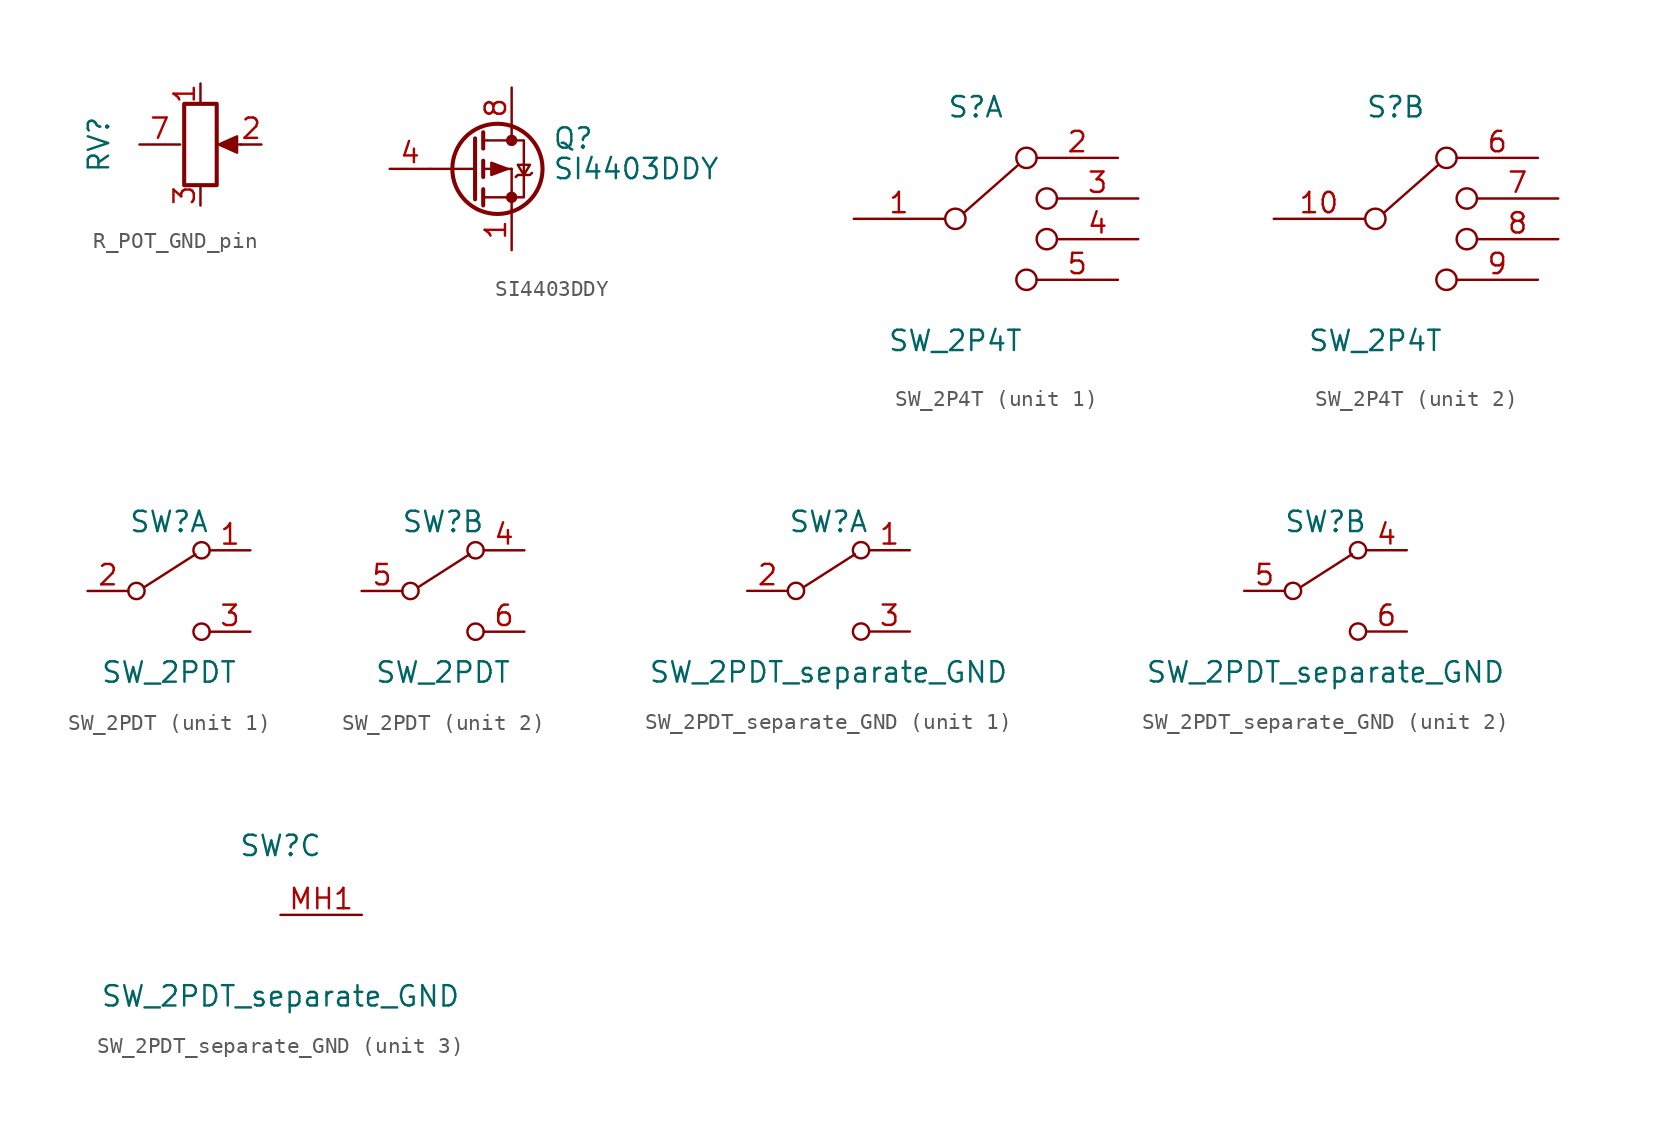
<source format=kicad_sym>
(kicad_symbol_lib
  (version 20211014)
  (generator kicad_symbol_editor)
  (symbol "R_POT_GND_pin"
    (pin_names
      (offset 1.016) hide)
    (property "Reference" "RV"
      (at -6.35 0 90)
      (effects (font (size 1.27 1.27))))
    (symbol "R_POT_GND_pin_0_1"
      (polyline (pts (xy 2.54 0) (xy 1.524 0)) (stroke (width 0) (type default) (color 0 0 0 0)) (fill (type none)))
      (polyline (pts (xy 1.143 0) (xy 2.286 0.508) (xy 2.286 -0.508) (xy 1.143 0)) (stroke (width 0) (type default) (color 0 0 0 0)) (fill (type outline)))
      (rectangle (start 1.016 2.54) (end -1.016 -2.54) (stroke (width 0.254) (type default) (color 0 0 0 0)) (fill (type none))))
    (symbol "R_POT_GND_pin_1_1"
      (pin passive line (at 0 3.81 270) (length 1.27) (name "1" (effects (font (size 1.27 1.27)))) (number "1" (effects (font (size 1.27 1.27)))))
      (pin passive line (at 3.81 0 180) (length 1.27) (name "2" (effects (font (size 1.27 1.27)))) (number "2" (effects (font (size 1.27 1.27)))))
      (pin passive line (at 0 -3.81 90) (length 1.27) (name "3" (effects (font (size 1.27 1.27)))) (number "3" (effects (font (size 1.27 1.27)))))
      (pin passive line (at -3.81 0 0) (length 2.54) (name "GND" (effects (font (size 1.27 1.27)))) (number "7" (effects (font (size 1.27 1.27)))))))
  (symbol "SI4403DDY"
    (pin_names
      (offset 0) hide)
    (property "Reference" "Q"
      (at 5.08 1.905 0)
      (effects (font (size 1.27 1.27)) (justify left)))
    (property "Value" "SI4403DDY"
      (at 5.08 0 0)
      (effects (font (size 1.27 1.27)) (justify left)))
    (symbol "SI4403DDY_0_1"
      (polyline (pts (xy -2.54 0) (xy 0.254 0)) (stroke (width 0) (type default) (color 0 0 0 0)) (fill (type none)))
      (polyline (pts (xy 0.762 -1.778) (xy 2.54 -1.778)) (stroke (width 0) (type default) (color 0 0 0 0)) (fill (type none)))
      (polyline (pts (xy 0.762 -1.27) (xy 0.762 -2.286)) (stroke (width 0.254) (type default) (color 0 0 0 0)) (fill (type none)))
      (polyline (pts (xy 0.762 0) (xy 2.54 0)) (stroke (width 0) (type default) (color 0 0 0 0)) (fill (type none)))
      (polyline (pts (xy 0.762 0.508) (xy 0.762 -0.508)) (stroke (width 0.254) (type default) (color 0 0 0 0)) (fill (type none)))
      (polyline (pts (xy 0.762 1.778) (xy 2.54 1.778)) (stroke (width 0) (type default) (color 0 0 0 0)) (fill (type none)))
      (polyline (pts (xy 0.762 2.286) (xy 0.762 1.27)) (stroke (width 0.254) (type default) (color 0 0 0 0)) (fill (type none)))
      (polyline (pts (xy 2.54 -1.778) (xy 2.54 -2.54)) (stroke (width 0) (type default) (color 0 0 0 0)) (fill (type none)))
      (polyline (pts (xy 2.54 -1.778) (xy 2.54 0)) (stroke (width 0) (type default) (color 0 0 0 0)) (fill (type none)))
      (polyline (pts (xy 2.54 2.54) (xy 2.54 1.778)) (stroke (width 0) (type default) (color 0 0 0 0)) (fill (type none)))
      (polyline (pts (xy 0.254 1.905) (xy 0.254 -1.905) (xy 0.254 -1.905)) (stroke (width 0.254) (type default) (color 0 0 0 0)) (fill (type none)))
      (polyline (pts (xy 2.286 0) (xy 1.27 -0.381) (xy 1.27 0.381) (xy 2.286 0)) (stroke (width 0) (type default) (color 0 0 0 0)) (fill (type outline)))
      (polyline (pts (xy 2.54 -1.778) (xy 3.302 -1.778) (xy 3.302 1.778) (xy 2.54 1.778)) (stroke (width 0) (type default) (color 0 0 0 0)) (fill (type none)))
      (polyline (pts (xy 2.794 -0.508) (xy 2.921 -0.381) (xy 3.683 -0.381) (xy 3.81 -0.254)) (stroke (width 0) (type default) (color 0 0 0 0)) (fill (type none)))
      (polyline (pts (xy 3.302 -0.381) (xy 2.921 0.254) (xy 3.683 0.254) (xy 3.302 -0.381)) (stroke (width 0) (type default) (color 0 0 0 0)) (fill (type none)))
      (circle (center 1.651 0) (radius 2.819) (stroke (width 0.254) (type default) (color 0 0 0 0)) (fill (type none)))
      (circle (center 2.54 -1.778) (radius 0.279) (stroke (width 0) (type default) (color 0 0 0 0)) (fill (type outline)))
      (circle (center 2.54 1.778) (radius 0.279) (stroke (width 0) (type default) (color 0 0 0 0)) (fill (type outline))))
    (symbol "SI4403DDY_1_1"
      (pin passive line (at 2.54 -5.08 90) (length 2.54) (name "S" (effects (font (size 1.27 1.27)))) (number "1" (effects (font (size 1.27 1.27)))))
      (pin passive line (at 2.54 -5.08 90) (length 2.54) hide (name "S" (effects (font (size 1.27 1.27)))) (number "2" (effects (font (size 1.27 1.27)))))
      (pin passive line (at 2.54 -5.08 90) (length 2.54) hide (name "S" (effects (font (size 1.27 1.27)))) (number "3" (effects (font (size 1.27 1.27)))))
      (pin passive line (at -5.08 0 0) (length 2.54) (name "G" (effects (font (size 1.27 1.27)))) (number "4" (effects (font (size 1.27 1.27)))))
      (pin passive line (at 2.54 5.08 270) (length 2.54) hide (name "D" (effects (font (size 1.27 1.27)))) (number "5" (effects (font (size 1.27 1.27)))))
      (pin passive line (at 2.54 5.08 270) (length 2.54) hide (name "D" (effects (font (size 1.27 1.27)))) (number "6" (effects (font (size 1.27 1.27)))))
      (pin passive line (at 2.54 5.08 270) (length 2.54) hide (name "D" (effects (font (size 1.27 1.27)))) (number "7" (effects (font (size 1.27 1.27)))))
      (pin passive line (at 2.54 5.08 270) (length 2.54) (name "D" (effects (font (size 1.27 1.27)))) (number "8" (effects (font (size 1.27 1.27)))))))
  (symbol "SW_2P4T"
    (pin_names
      (offset 1.016))
    (property "Reference" "S"
      (at 1.27 6.985 0)
      (effects (font (size 1.27 1.27))))
    (property "Value" "SW_2P4T"
      (at 0 -7.62 0)
      (effects (font (size 1.27 1.27))))
    (property "ki_locked" ""
      (at 0 0 0)
      (effects (font (size 1.27 1.27))))
    (symbol "SW_2P4T_1_1"
      (polyline (pts (xy 0.533 0.381) (xy 3.912 3.353)) (stroke (width 0) (type default) (color 0 0 0 0)) (fill (type none)))
      (circle (center 0 0) (radius 0.635) (stroke (width 0) (type default) (color 0 0 0 0)) (fill (type none)))
      (circle (center 4.445 -3.81) (radius 0.635) (stroke (width 0) (type default) (color 0 0 0 0)) (fill (type none)))
      (circle (center 4.445 3.81) (radius 0.635) (stroke (width 0) (type default) (color 0 0 0 0)) (fill (type none)))
      (circle (center 5.715 -1.27) (radius 0.635) (stroke (width 0) (type default) (color 0 0 0 0)) (fill (type none)))
      (circle (center 5.715 1.27) (radius 0.635) (stroke (width 0) (type default) (color 0 0 0 0)) (fill (type none)))
      (pin passive line (at -6.35 0 0) (length 5.639) (name "~" (effects (font (size 1.27 1.27)))) (number "1" (effects (font (size 1.27 1.27)))))
      (pin passive line (at 10.16 3.81 180) (length 5.08) (name "~" (effects (font (size 1.27 1.27)))) (number "2" (effects (font (size 1.27 1.27)))))
      (pin passive line (at 11.43 1.27 180) (length 5.08) (name "~" (effects (font (size 1.27 1.27)))) (number "3" (effects (font (size 1.27 1.27)))))
      (pin passive line (at 11.43 -1.27 180) (length 5.08) (name "~" (effects (font (size 1.27 1.27)))) (number "4" (effects (font (size 1.27 1.27)))))
      (pin passive line (at 10.16 -3.81 180) (length 5.08) (name "~" (effects (font (size 1.27 1.27)))) (number "5" (effects (font (size 1.27 1.27))))))
    (symbol "SW_2P4T_2_1"
      (polyline (pts (xy 0.533 0.381) (xy 3.912 3.353)) (stroke (width 0) (type default) (color 0 0 0 0)) (fill (type none)))
      (circle (center 0 0) (radius 0.635) (stroke (width 0) (type default) (color 0 0 0 0)) (fill (type none)))
      (circle (center 4.445 -3.81) (radius 0.635) (stroke (width 0) (type default) (color 0 0 0 0)) (fill (type none)))
      (circle (center 4.445 3.81) (radius 0.635) (stroke (width 0) (type default) (color 0 0 0 0)) (fill (type none)))
      (circle (center 5.715 -1.27) (radius 0.635) (stroke (width 0) (type default) (color 0 0 0 0)) (fill (type none)))
      (circle (center 5.715 1.27) (radius 0.635) (stroke (width 0) (type default) (color 0 0 0 0)) (fill (type none)))
      (pin passive line (at -6.35 0 0) (length 5.639) (name "~" (effects (font (size 1.27 1.27)))) (number "10" (effects (font (size 1.27 1.27)))))
      (pin passive line (at 10.16 3.81 180) (length 5.08) (name "~" (effects (font (size 1.27 1.27)))) (number "6" (effects (font (size 1.27 1.27)))))
      (pin passive line (at 11.43 1.27 180) (length 5.08) (name "~" (effects (font (size 1.27 1.27)))) (number "7" (effects (font (size 1.27 1.27)))))
      (pin passive line (at 11.43 -1.27 180) (length 5.08) (name "~" (effects (font (size 1.27 1.27)))) (number "8" (effects (font (size 1.27 1.27)))))
      (pin passive line (at 10.16 -3.81 180) (length 5.08) (name "~" (effects (font (size 1.27 1.27)))) (number "9" (effects (font (size 1.27 1.27)))))))
  (symbol "SW_2PDT"
    (pin_names
      (offset 0) hide)
    (property "Reference" "SW"
      (at 0 4.318 0)
      (effects (font (size 1.27 1.27))))
    (property "Value" "SW_2PDT"
      (at 0 -5.08 0)
      (effects (font (size 1.27 1.27))))
    (symbol "SW_2PDT_0_0"
      (circle (center -2.032 0) (radius 0.508) (stroke (width 0) (type default) (color 0 0 0 0)) (fill (type none)))
      (circle (center 2.032 -2.54) (radius 0.508) (stroke (width 0) (type default) (color 0 0 0 0)) (fill (type none))))
    (symbol "SW_2PDT_0_1"
      (polyline (pts (xy -1.524 0.254) (xy 1.651 2.286)) (stroke (width 0) (type default) (color 0 0 0 0)) (fill (type none)))
      (circle (center 2.032 2.54) (radius 0.508) (stroke (width 0) (type default) (color 0 0 0 0)) (fill (type none))))
    (symbol "SW_2PDT_1_1"
      (pin passive line (at 5.08 2.54 180) (length 2.54) (name "A" (effects (font (size 1.27 1.27)))) (number "1" (effects (font (size 1.27 1.27)))))
      (pin passive line (at -5.08 0 0) (length 2.54) (name "B" (effects (font (size 1.27 1.27)))) (number "2" (effects (font (size 1.27 1.27)))))
      (pin passive line (at 5.08 -2.54 180) (length 2.54) (name "C" (effects (font (size 1.27 1.27)))) (number "3" (effects (font (size 1.27 1.27))))))
    (symbol "SW_2PDT_2_1"
      (pin passive line (at 5.08 2.54 180) (length 2.54) (name "A" (effects (font (size 1.27 1.27)))) (number "4" (effects (font (size 1.27 1.27)))))
      (pin passive line (at -5.08 0 0) (length 2.54) (name "B" (effects (font (size 1.27 1.27)))) (number "5" (effects (font (size 1.27 1.27)))))
      (pin passive line (at 5.08 -2.54 180) (length 2.54) (name "C" (effects (font (size 1.27 1.27)))) (number "6" (effects (font (size 1.27 1.27)))))))
  (symbol "SW_2PDT_separate_GND"
    (pin_names
      (offset 0) hide)
    (property "Reference" "SW"
      (at 0 4.318 0)
      (effects (font (size 1.27 1.27))))
    (property "Value" "SW_2PDT_separate_GND"
      (at 0 -5.08 0)
      (effects (font (size 1.27 1.27))))
    (property "ki_locked" ""
      (at 0 0 0)
      (effects (font (size 1.27 1.27))))
    (symbol "SW_2PDT_separate_GND_1_0"
      (circle (center -2.032 0) (radius 0.508) (stroke (width 0) (type default) (color 0 0 0 0)) (fill (type none)))
      (circle (center 2.032 -2.54) (radius 0.508) (stroke (width 0) (type default) (color 0 0 0 0)) (fill (type none))))
    (symbol "SW_2PDT_separate_GND_1_1"
      (polyline (pts (xy -1.524 0.254) (xy 1.651 2.286)) (stroke (width 0) (type default) (color 0 0 0 0)) (fill (type none)))
      (circle (center 2.032 2.54) (radius 0.508) (stroke (width 0) (type default) (color 0 0 0 0)) (fill (type none)))
      (pin passive line (at 5.08 2.54 180) (length 2.54) (name "A" (effects (font (size 1.27 1.27)))) (number "1" (effects (font (size 1.27 1.27)))))
      (pin passive line (at -5.08 0 0) (length 2.54) (name "B" (effects (font (size 1.27 1.27)))) (number "2" (effects (font (size 1.27 1.27)))))
      (pin passive line (at 5.08 -2.54 180) (length 2.54) (name "C" (effects (font (size 1.27 1.27)))) (number "3" (effects (font (size 1.27 1.27))))))
    (symbol "SW_2PDT_separate_GND_2_0"
      (circle (center -2.032 0) (radius 0.508) (stroke (width 0) (type default) (color 0 0 0 0)) (fill (type none)))
      (circle (center 2.032 -2.54) (radius 0.508) (stroke (width 0) (type default) (color 0 0 0 0)) (fill (type none))))
    (symbol "SW_2PDT_separate_GND_2_1"
      (polyline (pts (xy -1.524 0.254) (xy 1.651 2.286)) (stroke (width 0) (type default) (color 0 0 0 0)) (fill (type none)))
      (circle (center 2.032 2.54) (radius 0.508) (stroke (width 0) (type default) (color 0 0 0 0)) (fill (type none)))
      (pin passive line (at 5.08 2.54 180) (length 2.54) (name "A" (effects (font (size 1.27 1.27)))) (number "4" (effects (font (size 1.27 1.27)))))
      (pin passive line (at -5.08 0 0) (length 2.54) (name "B" (effects (font (size 1.27 1.27)))) (number "5" (effects (font (size 1.27 1.27)))))
      (pin passive line (at 5.08 -2.54 180) (length 2.54) (name "C" (effects (font (size 1.27 1.27)))) (number "6" (effects (font (size 1.27 1.27))))))
    (symbol "SW_2PDT_separate_GND_3_1"
      (pin passive line (at 0 0 0) (length 5.08) (name "~" (effects (font (size 1.27 1.27)))) (number "MH1" (effects (font (size 1.27 1.27))))))))
</source>
